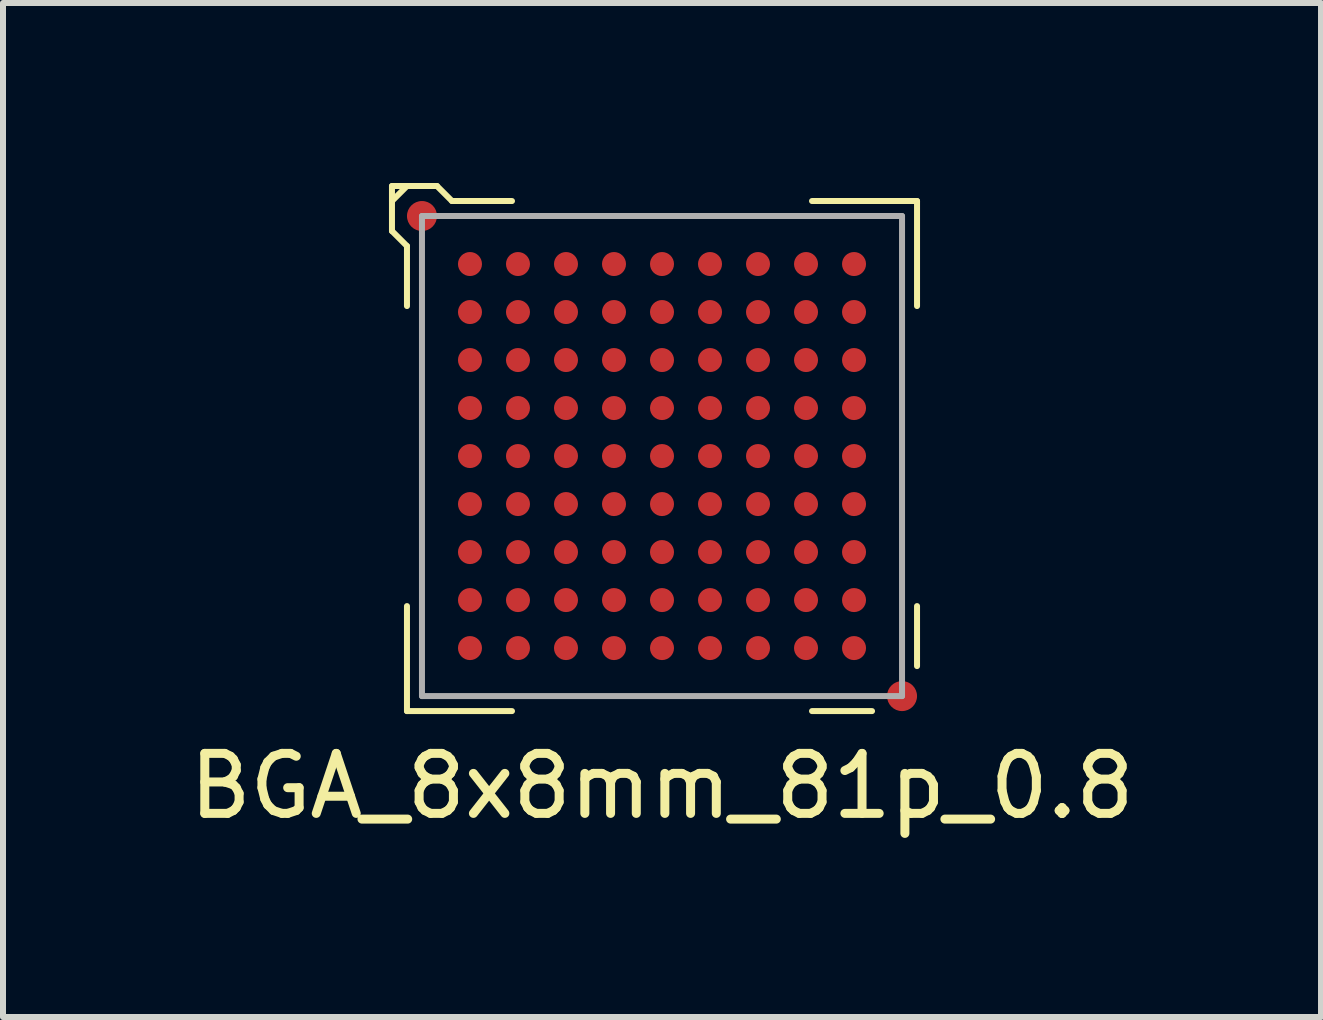
<source format=kicad_pcb>
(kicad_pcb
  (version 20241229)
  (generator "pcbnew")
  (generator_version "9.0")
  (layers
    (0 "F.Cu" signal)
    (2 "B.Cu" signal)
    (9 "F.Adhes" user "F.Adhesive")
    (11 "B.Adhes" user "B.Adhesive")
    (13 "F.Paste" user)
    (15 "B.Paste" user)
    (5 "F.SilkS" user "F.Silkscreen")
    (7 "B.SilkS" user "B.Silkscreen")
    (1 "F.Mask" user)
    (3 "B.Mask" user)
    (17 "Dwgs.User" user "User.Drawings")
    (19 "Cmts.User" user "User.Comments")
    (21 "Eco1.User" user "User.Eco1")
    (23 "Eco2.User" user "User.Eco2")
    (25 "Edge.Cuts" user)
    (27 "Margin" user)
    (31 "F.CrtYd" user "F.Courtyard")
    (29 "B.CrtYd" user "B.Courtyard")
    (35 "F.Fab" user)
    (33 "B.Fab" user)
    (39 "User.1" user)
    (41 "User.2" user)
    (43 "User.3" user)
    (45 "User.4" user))
  (footprint "BGA_8x8mm_81p_0.8"
    (layer "F.Cu")
    (at 7.982 4.55)
    (property "Reference" "BGA_8x8mm_81p_0.8" (at 0 5.5 0) (layer "F.SilkS") (effects (font (size 1 1) (thickness 0.15))))
    (attr through_hole)
    (fp_line (start -4.5 -4.5) (end -4.5 -4.25) (stroke (width 0.1) (type solid)) (layer "F.SilkS"))
    (fp_line (start -4.5 -4.25) (end -4.5 -3.75) (stroke (width 0.1) (type solid)) (layer "F.SilkS"))
    (fp_line (start -4.5 -3.75) (end -4.25 -3.5) (stroke (width 0.1) (type solid)) (layer "F.SilkS"))
    (fp_line (start -4.25 -4.5) (end -4.5 -4.5) (stroke (width 0.1) (type solid)) (layer "F.SilkS"))
    (fp_line (start -4.25 -4.5) (end -4.5 -4.25) (stroke (width 0.1) (type solid)) (layer "F.SilkS"))
    (fp_line (start -4.25 -3.5) (end -4.25 -2.5) (stroke (width 0.1) (type solid)) (layer "F.SilkS"))
    (fp_line (start -4.25 2.5) (end -4.25 4.25) (stroke (width 0.1) (type solid)) (layer "F.SilkS"))
    (fp_line (start -4.25 4.25) (end -2.5 4.25) (stroke (width 0.1) (type solid)) (layer "F.SilkS"))
    (fp_line (start -3.75 -4.5) (end -4.25 -4.5) (stroke (width 0.1) (type solid)) (layer "F.SilkS"))
    (fp_line (start -3.5 -4.25) (end -3.75 -4.5) (stroke (width 0.1) (type solid)) (layer "F.SilkS"))
    (fp_line (start -2.5 -4.25) (end -3.5 -4.25) (stroke (width 0.1) (type solid)) (layer "F.SilkS"))
    (fp_line (start 2.5 -4.25) (end 4.25 -4.25) (stroke (width 0.1) (type solid)) (layer "F.SilkS"))
    (fp_line (start 3.5 4.25) (end 2.5 4.25) (stroke (width 0.1) (type solid)) (layer "F.SilkS"))
    (fp_line (start 4.25 -4.25) (end 4.25 -2.5) (stroke (width 0.1) (type solid)) (layer "F.SilkS"))
    (fp_line (start 4.25 3.5) (end 4.25 2.5) (stroke (width 0.1) (type solid)) (layer "F.SilkS"))
    (fp_line (start -4 -4) (end -4 4) (stroke (width 0.1) (type solid)) (layer "F.Fab"))
    (fp_line (start -4 4) (end 4 4) (stroke (width 0.1) (type solid)) (layer "F.Fab"))
    (fp_line (start 4 -4) (end -4 -4) (stroke (width 0.1) (type solid)) (layer "F.Fab"))
    (fp_line (start 4 4) (end 4 -4) (stroke (width 0.1) (type solid)) (layer "F.Fab"))
    (pad "0" smd circle (at -4 -4) (size 0.5 0.5) (layers "F.Cu" "F.Mask"))
    (pad "0" smd circle (at 4 4) (size 0.5 0.5) (layers "F.Cu" "F.Mask"))
    (pad "A1" smd circle (at -3.2 -3.2) (size 0.4 0.4) (layers "F.Cu" "F.Mask" "F.Paste"))
    (pad "A2" smd circle (at -2.4 -3.2) (size 0.4 0.4) (layers "F.Cu" "F.Mask" "F.Paste"))
    (pad "A3" smd circle (at -1.6 -3.2) (size 0.4 0.4) (layers "F.Cu" "F.Mask" "F.Paste"))
    (pad "A4" smd circle (at -0.8 -3.2) (size 0.4 0.4) (layers "F.Cu" "F.Mask" "F.Paste"))
    (pad "A5" smd circle (at 0 -3.2) (size 0.4 0.4) (layers "F.Cu" "F.Mask" "F.Paste"))
    (pad "A6" smd circle (at 0.8 -3.2) (size 0.4 0.4) (layers "F.Cu" "F.Mask" "F.Paste"))
    (pad "A7" smd circle (at 1.6 -3.2) (size 0.4 0.4) (layers "F.Cu" "F.Mask" "F.Paste"))
    (pad "A8" smd circle (at 2.4 -3.2) (size 0.4 0.4) (layers "F.Cu" "F.Mask" "F.Paste"))
    (pad "A9" smd circle (at 3.2 -3.2) (size 0.4 0.4) (layers "F.Cu" "F.Mask" "F.Paste"))
    (pad "B1" smd circle (at -3.2 -2.4) (size 0.4 0.4) (layers "F.Cu" "F.Mask" "F.Paste"))
    (pad "B2" smd circle (at -2.4 -2.4) (size 0.4 0.4) (layers "F.Cu" "F.Mask" "F.Paste"))
    (pad "B3" smd circle (at -1.6 -2.4) (size 0.4 0.4) (layers "F.Cu" "F.Mask" "F.Paste"))
    (pad "B4" smd circle (at -0.8 -2.4) (size 0.4 0.4) (layers "F.Cu" "F.Mask" "F.Paste"))
    (pad "B5" smd circle (at 0 -2.4) (size 0.4 0.4) (layers "F.Cu" "F.Mask" "F.Paste"))
    (pad "B6" smd circle (at 0.8 -2.4) (size 0.4 0.4) (layers "F.Cu" "F.Mask" "F.Paste"))
    (pad "B7" smd circle (at 1.6 -2.4) (size 0.4 0.4) (layers "F.Cu" "F.Mask" "F.Paste"))
    (pad "B8" smd circle (at 2.4 -2.4) (size 0.4 0.4) (layers "F.Cu" "F.Mask" "F.Paste"))
    (pad "B9" smd circle (at 3.2 -2.4) (size 0.4 0.4) (layers "F.Cu" "F.Mask" "F.Paste"))
    (pad "C1" smd circle (at -3.2 -1.6) (size 0.4 0.4) (layers "F.Cu" "F.Mask" "F.Paste"))
    (pad "C2" smd circle (at -2.4 -1.6) (size 0.4 0.4) (layers "F.Cu" "F.Mask" "F.Paste"))
    (pad "C3" smd circle (at -1.6 -1.6) (size 0.4 0.4) (layers "F.Cu" "F.Mask" "F.Paste"))
    (pad "C4" smd circle (at -0.8 -1.6) (size 0.4 0.4) (layers "F.Cu" "F.Mask" "F.Paste"))
    (pad "C5" smd circle (at 0 -1.6) (size 0.4 0.4) (layers "F.Cu" "F.Mask" "F.Paste"))
    (pad "C6" smd circle (at 0.8 -1.6) (size 0.4 0.4) (layers "F.Cu" "F.Mask" "F.Paste"))
    (pad "C7" smd circle (at 1.6 -1.6) (size 0.4 0.4) (layers "F.Cu" "F.Mask" "F.Paste"))
    (pad "C8" smd circle (at 2.4 -1.6) (size 0.4 0.4) (layers "F.Cu" "F.Mask" "F.Paste"))
    (pad "C9" smd circle (at 3.2 -1.6) (size 0.4 0.4) (layers "F.Cu" "F.Mask" "F.Paste"))
    (pad "D1" smd circle (at -3.2 -0.8) (size 0.4 0.4) (layers "F.Cu" "F.Mask" "F.Paste"))
    (pad "D2" smd circle (at -2.4 -0.8) (size 0.4 0.4) (layers "F.Cu" "F.Mask" "F.Paste"))
    (pad "D3" smd circle (at -1.6 -0.8) (size 0.4 0.4) (layers "F.Cu" "F.Mask" "F.Paste"))
    (pad "D4" smd circle (at -0.8 -0.8) (size 0.4 0.4) (layers "F.Cu" "F.Mask" "F.Paste"))
    (pad "D5" smd circle (at 0 -0.8) (size 0.4 0.4) (layers "F.Cu" "F.Mask" "F.Paste"))
    (pad "D6" smd circle (at 0.8 -0.8) (size 0.4 0.4) (layers "F.Cu" "F.Mask" "F.Paste"))
    (pad "D7" smd circle (at 1.6 -0.8) (size 0.4 0.4) (layers "F.Cu" "F.Mask" "F.Paste"))
    (pad "D8" smd circle (at 2.4 -0.8) (size 0.4 0.4) (layers "F.Cu" "F.Mask" "F.Paste"))
    (pad "D9" smd circle (at 3.2 -0.8) (size 0.4 0.4) (layers "F.Cu" "F.Mask" "F.Paste"))
    (pad "E1" smd circle (at -3.2 0) (size 0.4 0.4) (layers "F.Cu" "F.Mask" "F.Paste"))
    (pad "E2" smd circle (at -2.4 0) (size 0.4 0.4) (layers "F.Cu" "F.Mask" "F.Paste"))
    (pad "E3" smd circle (at -1.6 0) (size 0.4 0.4) (layers "F.Cu" "F.Mask" "F.Paste"))
    (pad "E4" smd circle (at -0.8 0) (size 0.4 0.4) (layers "F.Cu" "F.Mask" "F.Paste"))
    (pad "E5" smd circle (at 0 0) (size 0.4 0.4) (layers "F.Cu" "F.Mask" "F.Paste"))
    (pad "E6" smd circle (at 0.8 0) (size 0.4 0.4) (layers "F.Cu" "F.Mask" "F.Paste"))
    (pad "E7" smd circle (at 1.6 0) (size 0.4 0.4) (layers "F.Cu" "F.Mask" "F.Paste"))
    (pad "E8" smd circle (at 2.4 0) (size 0.4 0.4) (layers "F.Cu" "F.Mask" "F.Paste"))
    (pad "E9" smd circle (at 3.2 0) (size 0.4 0.4) (layers "F.Cu" "F.Mask" "F.Paste"))
    (pad "F1" smd circle (at -3.2 0.8) (size 0.4 0.4) (layers "F.Cu" "F.Mask" "F.Paste"))
    (pad "F2" smd circle (at -2.4 0.8) (size 0.4 0.4) (layers "F.Cu" "F.Mask" "F.Paste"))
    (pad "F3" smd circle (at -1.6 0.8) (size 0.4 0.4) (layers "F.Cu" "F.Mask" "F.Paste"))
    (pad "F4" smd circle (at -0.8 0.8) (size 0.4 0.4) (layers "F.Cu" "F.Mask" "F.Paste"))
    (pad "F5" smd circle (at 0 0.8) (size 0.4 0.4) (layers "F.Cu" "F.Mask" "F.Paste"))
    (pad "F6" smd circle (at 0.8 0.8) (size 0.4 0.4) (layers "F.Cu" "F.Mask" "F.Paste"))
    (pad "F7" smd circle (at 1.6 0.8) (size 0.4 0.4) (layers "F.Cu" "F.Mask" "F.Paste"))
    (pad "F8" smd circle (at 2.4 0.8) (size 0.4 0.4) (layers "F.Cu" "F.Mask" "F.Paste"))
    (pad "F9" smd circle (at 3.2 0.8) (size 0.4 0.4) (layers "F.Cu" "F.Mask" "F.Paste"))
    (pad "G1" smd circle (at -3.2 1.6) (size 0.4 0.4) (layers "F.Cu" "F.Mask" "F.Paste"))
    (pad "G2" smd circle (at -2.4 1.6) (size 0.4 0.4) (layers "F.Cu" "F.Mask" "F.Paste"))
    (pad "G3" smd circle (at -1.6 1.6) (size 0.4 0.4) (layers "F.Cu" "F.Mask" "F.Paste"))
    (pad "G4" smd circle (at -0.8 1.6) (size 0.4 0.4) (layers "F.Cu" "F.Mask" "F.Paste"))
    (pad "G5" smd circle (at 0 1.6) (size 0.4 0.4) (layers "F.Cu" "F.Mask" "F.Paste"))
    (pad "G6" smd circle (at 0.8 1.6) (size 0.4 0.4) (layers "F.Cu" "F.Mask" "F.Paste"))
    (pad "G7" smd circle (at 1.6 1.6) (size 0.4 0.4) (layers "F.Cu" "F.Mask" "F.Paste"))
    (pad "G8" smd circle (at 2.4 1.6) (size 0.4 0.4) (layers "F.Cu" "F.Mask" "F.Paste"))
    (pad "G9" smd circle (at 3.2 1.6) (size 0.4 0.4) (layers "F.Cu" "F.Mask" "F.Paste"))
    (pad "H1" smd circle (at -3.2 2.4) (size 0.4 0.4) (layers "F.Cu" "F.Mask" "F.Paste"))
    (pad "H2" smd circle (at -2.4 2.4) (size 0.4 0.4) (layers "F.Cu" "F.Mask" "F.Paste"))
    (pad "H3" smd circle (at -1.6 2.4) (size 0.4 0.4) (layers "F.Cu" "F.Mask" "F.Paste"))
    (pad "H4" smd circle (at -0.8 2.4) (size 0.4 0.4) (layers "F.Cu" "F.Mask" "F.Paste"))
    (pad "H5" smd circle (at 0 2.4) (size 0.4 0.4) (layers "F.Cu" "F.Mask" "F.Paste"))
    (pad "H6" smd circle (at 0.8 2.4) (size 0.4 0.4) (layers "F.Cu" "F.Mask" "F.Paste"))
    (pad "H7" smd circle (at 1.6 2.4) (size 0.4 0.4) (layers "F.Cu" "F.Mask" "F.Paste"))
    (pad "H8" smd circle (at 2.4 2.4) (size 0.4 0.4) (layers "F.Cu" "F.Mask" "F.Paste"))
    (pad "H9" smd circle (at 3.2 2.4) (size 0.4 0.4) (layers "F.Cu" "F.Mask" "F.Paste"))
    (pad "J1" smd circle (at -3.2 3.2) (size 0.4 0.4) (layers "F.Cu" "F.Mask" "F.Paste"))
    (pad "J2" smd circle (at -2.4 3.2) (size 0.4 0.4) (layers "F.Cu" "F.Mask" "F.Paste"))
    (pad "J3" smd circle (at -1.6 3.2) (size 0.4 0.4) (layers "F.Cu" "F.Mask" "F.Paste"))
    (pad "J4" smd circle (at -0.8 3.2) (size 0.4 0.4) (layers "F.Cu" "F.Mask" "F.Paste"))
    (pad "J5" smd circle (at 0 3.2) (size 0.4 0.4) (layers "F.Cu" "F.Mask" "F.Paste"))
    (pad "J6" smd circle (at 0.8 3.2) (size 0.4 0.4) (layers "F.Cu" "F.Mask" "F.Paste"))
    (pad "J7" smd circle (at 1.6 3.2) (size 0.4 0.4) (layers "F.Cu" "F.Mask" "F.Paste"))
    (pad "J8" smd circle (at 2.4 3.2) (size 0.4 0.4) (layers "F.Cu" "F.Mask" "F.Paste"))
    (pad "J9" smd circle (at 3.2 3.2) (size 0.4 0.4) (layers "F.Cu" "F.Mask" "F.Paste")))
  (gr_rect
    (start -3 -3)
    (end 18.964 13.898)
    (stroke (width 0.1) (type default))
    (fill no)
    (layer "Edge.Cuts")))
</source>
